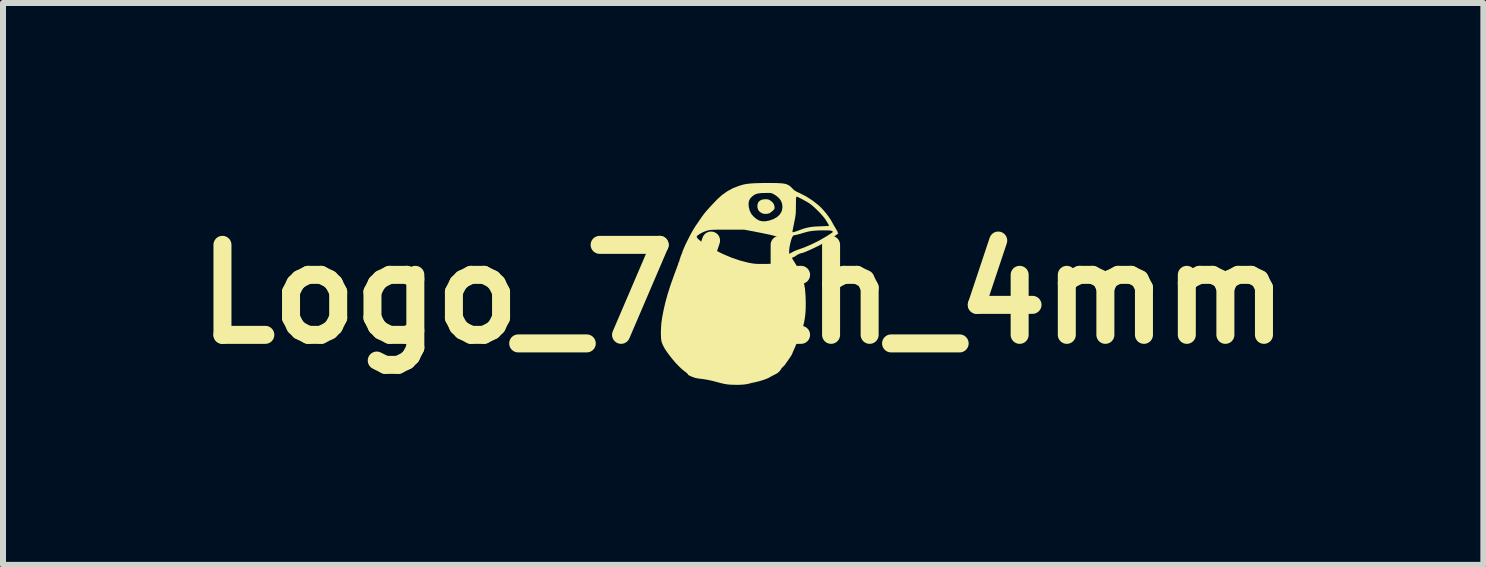
<source format=kicad_pcb>
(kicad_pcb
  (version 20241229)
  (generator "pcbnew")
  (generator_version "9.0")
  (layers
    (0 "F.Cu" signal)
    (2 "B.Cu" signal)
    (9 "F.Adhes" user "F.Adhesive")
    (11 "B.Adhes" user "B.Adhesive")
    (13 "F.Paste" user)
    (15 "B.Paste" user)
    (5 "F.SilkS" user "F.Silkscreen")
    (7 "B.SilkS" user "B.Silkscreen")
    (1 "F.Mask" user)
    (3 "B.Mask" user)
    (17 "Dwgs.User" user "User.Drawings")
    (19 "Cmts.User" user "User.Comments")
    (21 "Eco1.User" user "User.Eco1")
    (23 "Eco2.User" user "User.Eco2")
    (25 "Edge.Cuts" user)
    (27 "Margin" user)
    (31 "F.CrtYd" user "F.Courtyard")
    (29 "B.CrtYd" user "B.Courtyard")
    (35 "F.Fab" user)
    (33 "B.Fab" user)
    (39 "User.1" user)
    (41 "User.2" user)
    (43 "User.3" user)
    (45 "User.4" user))
  (footprint "Logo_74th_4mm"
    (layer "F.Cu")
    (at 9.336 1.852)
    (property "Reference" "Logo_74th_4mm" (at 0 0 0) (layer "F.SilkS") (effects (font (size 1.5 1.5) (thickness 0.3))))
    (attr board_only exclude_from_pos_files exclude_from_bom)
    (fp_poly (pts (xy 0.399 -1.581) (xy 0.421 -1.577) (xy 0.44 -1.568) (xy 0.454 -1.559) (xy 0.488 -1.531) (xy 0.509 -1.502) (xy 0.52 -1.469) (xy 0.521 -1.458) (xy 0.523 -1.437) (xy 0.52 -1.422) (xy 0.511 -1.408) (xy 0.492 -1.39) (xy 0.469 -1.37) (xy 0.445 -1.353) (xy 0.433 -1.347) (xy 0.392 -1.337) (xy 0.349 -1.338) (xy 0.309 -1.35) (xy 0.302 -1.354) (xy 0.267 -1.379) (xy 0.247 -1.409) (xy 0.237 -1.448) (xy 0.237 -1.455) (xy 0.239 -1.5) (xy 0.254 -1.535) (xy 0.282 -1.561) (xy 0.32 -1.577) (xy 0.368 -1.582)) (stroke (width 0) (type solid)) (fill yes) (layer "F.SilkS"))
    (fp_poly (pts (xy 0.519 -1.852) (xy 0.584 -1.85) (xy 0.636 -1.847) (xy 0.679 -1.842) (xy 0.714 -1.834) (xy 0.742 -1.823) (xy 0.767 -1.809) (xy 0.79 -1.791) (xy 0.812 -1.769) (xy 0.815 -1.766) (xy 0.84 -1.741) (xy 0.864 -1.722) (xy 0.895 -1.705) (xy 0.928 -1.69) (xy 1.043 -1.632) (xy 1.15 -1.564) (xy 1.247 -1.488) (xy 1.288 -1.451) (xy 1.333 -1.404) (xy 1.379 -1.35) (xy 1.421 -1.294) (xy 1.458 -1.241) (xy 1.48 -1.202) (xy 1.5 -1.165) (xy 1.521 -1.128) (xy 1.541 -1.095) (xy 1.548 -1.083) (xy 1.562 -1.059) (xy 1.572 -1.041) (xy 1.574 -1.031) (xy 1.574 -1.031) (xy 1.576 -1.023) (xy 1.58 -1.021) (xy 1.585 -1.019) (xy 1.586 -1.016) (xy 1.582 -1.011) (xy 1.57 -1.001) (xy 1.548 -0.984) (xy 1.529 -0.97) (xy 1.483 -0.938) (xy 1.425 -0.901) (xy 1.358 -0.861) (xy 1.283 -0.82) (xy 1.274 -0.815) (xy 1.246 -0.801) (xy 1.211 -0.784) (xy 1.172 -0.765) (xy 1.131 -0.746) (xy 1.091 -0.728) (xy 1.056 -0.713) (xy 1.027 -0.701) (xy 1.009 -0.694) (xy 1.004 -0.692) (xy 0.99 -0.688) (xy 0.988 -0.686) (xy 0.977 -0.684) (xy 0.972 -0.685) (xy 0.962 -0.684) (xy 0.961 -0.681) (xy 0.955 -0.676) (xy 0.949 -0.677) (xy 0.939 -0.676) (xy 0.938 -0.672) (xy 0.933 -0.667) (xy 0.93 -0.668) (xy 0.92 -0.666) (xy 0.903 -0.656) (xy 0.888 -0.646) (xy 0.865 -0.63) (xy 0.843 -0.618) (xy 0.833 -0.614) (xy 0.818 -0.608) (xy 0.813 -0.603) (xy 0.817 -0.594) (xy 0.828 -0.575) (xy 0.843 -0.55) (xy 0.852 -0.537) (xy 0.902 -0.453) (xy 0.947 -0.364) (xy 0.984 -0.273) (xy 1.011 -0.185) (xy 1.019 -0.15) (xy 1.029 -0.092) (xy 1.035 -0.023) (xy 1.04 0.053) (xy 1.042 0.133) (xy 1.042 0.213) (xy 1.039 0.288) (xy 1.033 0.355) (xy 1.031 0.369) (xy 1.024 0.42) (xy 1.015 0.468) (xy 1.004 0.515) (xy 0.991 0.562) (xy 0.974 0.614) (xy 0.952 0.671) (xy 0.926 0.736) (xy 0.894 0.811) (xy 0.876 0.854) (xy 0.857 0.898) (xy 0.84 0.937) (xy 0.826 0.969) (xy 0.817 0.992) (xy 0.813 1.003) (xy 0.813 1.003) (xy 0.808 1.011) (xy 0.797 1.029) (xy 0.782 1.052) (xy 0.764 1.079) (xy 0.745 1.106) (xy 0.729 1.129) (xy 0.717 1.146) (xy 0.713 1.15) (xy 0.705 1.161) (xy 0.705 1.164) (xy 0.703 1.169) (xy 0.691 1.182) (xy 0.673 1.201) (xy 0.671 1.202) (xy 0.652 1.222) (xy 0.638 1.237) (xy 0.633 1.245) (xy 0.633 1.246) (xy 0.628 1.254) (xy 0.617 1.271) (xy 0.607 1.283) (xy 0.574 1.314) (xy 0.535 1.336) (xy 0.503 1.352) (xy 0.469 1.37) (xy 0.45 1.381) (xy 0.417 1.399) (xy 0.373 1.417) (xy 0.321 1.435) (xy 0.267 1.451) (xy 0.214 1.464) (xy 0.211 1.465) (xy 0.172 1.473) (xy 0.128 1.483) (xy 0.096 1.492) (xy 0.045 1.502) (xy -0.019 1.509) (xy -0.093 1.512) (xy -0.172 1.51) (xy -0.211 1.509) (xy -0.257 1.505) (xy -0.301 1.498) (xy -0.347 1.489) (xy -0.402 1.475) (xy -0.419 1.47) (xy -0.511 1.446) (xy -0.594 1.428) (xy -0.674 1.415) (xy -0.74 1.407) (xy -0.792 1.398) (xy -0.841 1.382) (xy -0.865 1.372) (xy -0.891 1.36) (xy -0.91 1.35) (xy -0.919 1.345) (xy -0.919 1.344) (xy -0.917 1.34) (xy -0.927 1.328) (xy -0.948 1.308) (xy -0.981 1.283) (xy -0.99 1.276) (xy -1.031 1.242) (xy -1.078 1.196) (xy -1.128 1.144) (xy -1.177 1.086) (xy -1.225 1.026) (xy -1.268 0.968) (xy -1.305 0.913) (xy -1.328 0.871) (xy -1.344 0.838) (xy -1.356 0.807) (xy -1.364 0.775) (xy -1.369 0.738) (xy -1.371 0.693) (xy -1.372 0.639) (xy -1.371 0.594) (xy -1.365 0.495) (xy -1.35 0.385) (xy -1.327 0.265) (xy -1.297 0.136) (xy -1.259 -0.001) (xy -1.214 -0.143) (xy -1.162 -0.29) (xy -1.134 -0.366) (xy -1.117 -0.411) (xy -1.103 -0.45) (xy -1.091 -0.482) (xy -1.084 -0.505) (xy -1.082 -0.516) (xy -1.082 -0.516) (xy -1.08 -0.524) (xy -1.078 -0.525) (xy -1.071 -0.534) (xy -1.068 -0.545) (xy -1.065 -0.559) (xy -1.061 -0.563) (xy -1.058 -0.568) (xy -1.06 -0.574) (xy -1.06 -0.584) (xy -1.056 -0.586) (xy -1.051 -0.592) (xy -1.052 -0.598) (xy -1.052 -0.608) (xy -1.048 -0.609) (xy -1.043 -0.615) (xy -1.044 -0.621) (xy -1.044 -0.631) (xy -1.04 -0.633) (xy -1.035 -0.639) (xy -1.036 -0.645) (xy -1.036 -0.655) (xy -1.032 -0.656) (xy -1.026 -0.661) (xy -1.027 -0.664) (xy -1.028 -0.671) (xy -1.025 -0.672) (xy -1.019 -0.678) (xy -1.018 -0.683) (xy -1.015 -0.701) (xy -1.004 -0.73) (xy -0.988 -0.768) (xy -0.968 -0.813) (xy -0.944 -0.863) (xy -0.918 -0.915) (xy -0.899 -0.952) (xy -0.775 -0.952) (xy -0.763 -0.932) (xy -0.739 -0.908) (xy -0.704 -0.879) (xy -0.659 -0.846) (xy -0.604 -0.811) (xy -0.54 -0.773) (xy -0.492 -0.746) (xy -0.345 -0.672) (xy -0.199 -0.61) (xy -0.056 -0.561) (xy 0.027 -0.539) (xy 0.083 -0.525) (xy 0.131 -0.516) (xy 0.174 -0.509) (xy 0.217 -0.505) (xy 0.264 -0.503) (xy 0.32 -0.503) (xy 0.355 -0.503) (xy 0.406 -0.504) (xy 0.444 -0.505) (xy 0.472 -0.507) (xy 0.493 -0.511) (xy 0.512 -0.515) (xy 0.529 -0.522) (xy 0.531 -0.523) (xy 0.56 -0.536) (xy 0.595 -0.554) (xy 0.626 -0.572) (xy 0.678 -0.604) (xy 0.68 -0.671) (xy 0.766 -0.671) (xy 0.822 -0.702) (xy 0.859 -0.72) (xy 0.901 -0.737) (xy 0.938 -0.75) (xy 0.976 -0.763) (xy 1.024 -0.781) (xy 1.078 -0.804) (xy 1.134 -0.828) (xy 1.188 -0.854) (xy 1.236 -0.878) (xy 1.25 -0.885) (xy 1.292 -0.908) (xy 1.335 -0.933) (xy 1.377 -0.957) (xy 1.415 -0.981) (xy 1.448 -1.002) (xy 1.473 -1.019) (xy 1.489 -1.031) (xy 1.492 -1.035) (xy 1.491 -1.045) (xy 1.484 -1.051) (xy 1.472 -1.056) (xy 1.451 -1.06) (xy 1.419 -1.062) (xy 1.376 -1.062) (xy 1.333 -1.063) (xy 1.257 -1.062) (xy 1.194 -1.058) (xy 1.137 -1.052) (xy 1.085 -1.043) (xy 1.031 -1.029) (xy 0.99 -1.017) (xy 0.954 -1.006) (xy 0.919 -0.997) (xy 0.891 -0.99) (xy 0.883 -0.988) (xy 0.858 -0.983) (xy 0.839 -0.978) (xy 0.835 -0.976) (xy 0.824 -0.963) (xy 0.812 -0.939) (xy 0.8 -0.905) (xy 0.789 -0.864) (xy 0.779 -0.821) (xy 0.771 -0.778) (xy 0.767 -0.738) (xy 0.766 -0.716) (xy 0.766 -0.671) (xy 0.68 -0.671) (xy 0.682 -0.71) (xy 0.684 -0.754) (xy 0.688 -0.796) (xy 0.692 -0.831) (xy 0.697 -0.856) (xy 0.697 -0.858) (xy 0.709 -0.899) (xy 0.685 -0.911) (xy 0.651 -0.928) (xy 0.611 -0.943) (xy 0.564 -0.959) (xy 0.51 -0.974) (xy 0.446 -0.99) (xy 0.37 -1.006) (xy 0.281 -1.024) (xy 0.219 -1.036) (xy 0.191 -1.042) (xy 0.82 -1.042) (xy 0.822 -1.035) (xy 0.828 -1.033) (xy 0.842 -1.034) (xy 0.863 -1.04) (xy 0.896 -1.051) (xy 0.935 -1.066) (xy 0.991 -1.086) (xy 1.041 -1.101) (xy 1.088 -1.112) (xy 1.136 -1.12) (xy 1.19 -1.126) (xy 1.254 -1.129) (xy 1.287 -1.13) (xy 1.332 -1.132) (xy 1.372 -1.134) (xy 1.403 -1.135) (xy 1.423 -1.137) (xy 1.43 -1.138) (xy 1.426 -1.15) (xy 1.415 -1.171) (xy 1.399 -1.198) (xy 1.381 -1.227) (xy 1.363 -1.255) (xy 1.355 -1.266) (xy 1.327 -1.3) (xy 1.292 -1.34) (xy 1.252 -1.382) (xy 1.21 -1.423) (xy 1.17 -1.46) (xy 1.134 -1.49) (xy 1.112 -1.507) (xy 1.085 -1.524) (xy 1.052 -1.544) (xy 1.015 -1.564) (xy 0.979 -1.584) (xy 0.945 -1.601) (xy 0.917 -1.615) (xy 0.897 -1.623) (xy 0.89 -1.625) (xy 0.886 -1.623) (xy 0.883 -1.614) (xy 0.881 -1.598) (xy 0.88 -1.572) (xy 0.879 -1.534) (xy 0.878 -1.482) (xy 0.878 -1.475) (xy 0.878 -1.42) (xy 0.877 -1.378) (xy 0.875 -1.342) (xy 0.871 -1.309) (xy 0.866 -1.274) (xy 0.858 -1.234) (xy 0.849 -1.188) (xy 0.84 -1.144) (xy 0.832 -1.104) (xy 0.825 -1.072) (xy 0.822 -1.05) (xy 0.82 -1.042) (xy 0.191 -1.042) (xy 0.02 -1.074) (xy -0.262 -1.074) (xy -0.336 -1.074) (xy -0.396 -1.074) (xy -0.444 -1.074) (xy -0.483 -1.073) (xy -0.513 -1.072) (xy -0.537 -1.07) (xy -0.556 -1.068) (xy -0.573 -1.065) (xy -0.59 -1.061) (xy -0.607 -1.056) (xy -0.608 -1.056) (xy -0.648 -1.042) (xy -0.689 -1.023) (xy -0.727 -1.001) (xy -0.758 -0.98) (xy -0.773 -0.965) (xy -0.775 -0.952) (xy -0.899 -0.952) (xy -0.891 -0.968) (xy -0.864 -1.019) (xy -0.837 -1.066) (xy -0.813 -1.106) (xy -0.793 -1.137) (xy -0.776 -1.162) (xy -0.752 -1.196) (xy -0.727 -1.234) (xy -0.702 -1.27) (xy -0.678 -1.304) (xy -0.652 -1.339) (xy -0.622 -1.376) (xy -0.587 -1.416) (xy -0.545 -1.462) (xy -0.498 -1.512) (xy 0.089 -1.512) (xy 0.092 -1.46) (xy 0.094 -1.449) (xy 0.11 -1.388) (xy 0.136 -1.336) (xy 0.176 -1.29) (xy 0.177 -1.288) (xy 0.224 -1.25) (xy 0.269 -1.226) (xy 0.316 -1.214) (xy 0.369 -1.214) (xy 0.43 -1.226) (xy 0.433 -1.226) (xy 0.503 -1.25) (xy 0.56 -1.282) (xy 0.604 -1.321) (xy 0.634 -1.367) (xy 0.646 -1.397) (xy 0.654 -1.453) (xy 0.648 -1.507) (xy 0.628 -1.558) (xy 0.594 -1.603) (xy 0.547 -1.643) (xy 0.503 -1.669) (xy 0.485 -1.677) (xy 0.47 -1.683) (xy 0.453 -1.686) (xy 0.432 -1.687) (xy 0.402 -1.687) (xy 0.36 -1.686) (xy 0.354 -1.686) (xy 0.298 -1.684) (xy 0.255 -1.679) (xy 0.221 -1.671) (xy 0.192 -1.659) (xy 0.166 -1.641) (xy 0.146 -1.625) (xy 0.115 -1.592) (xy 0.097 -1.555) (xy 0.089 -1.512) (xy -0.498 -1.512) (xy -0.495 -1.515) (xy -0.439 -1.574) (xy -0.355 -1.651) (xy -0.266 -1.714) (xy -0.17 -1.766) (xy -0.083 -1.8) (xy -0.043 -1.813) (xy -0.005 -1.824) (xy 0.035 -1.833) (xy 0.078 -1.839) (xy 0.125 -1.844) (xy 0.179 -1.848) (xy 0.242 -1.85) (xy 0.316 -1.852) (xy 0.403 -1.852) (xy 0.441 -1.852)) (stroke (width 0) (type solid)) (fill yes) (layer "F.SilkS")))
  (gr_rect
    (start -3 -3)
    (end 21.671 6.364)
    (stroke (width 0.1) (type default))
    (fill no)
    (layer "Edge.Cuts")))
</source>
